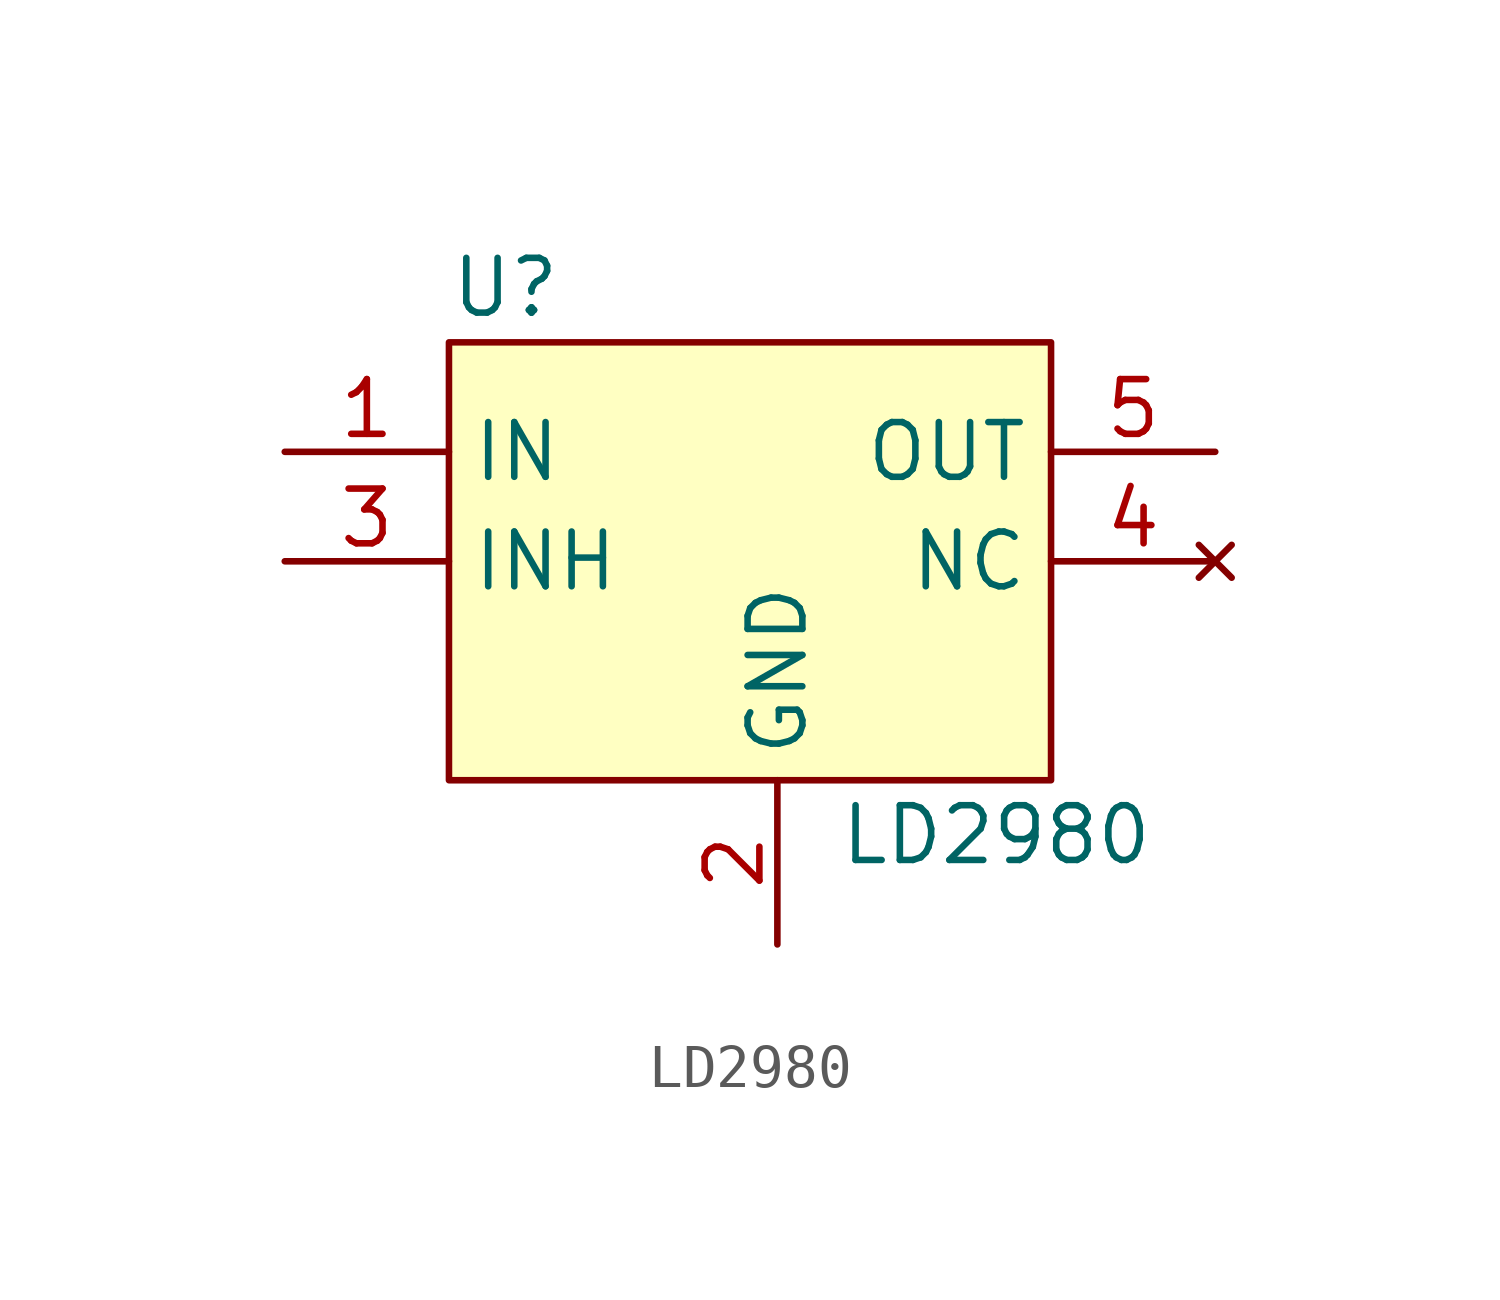
<source format=kicad_sym>
(kicad_symbol_lib
  (version 20211014)
  (generator kicad_symbol_editor)
  (symbol "LD2980"
    (property "Reference" "U"
      (at 0 1.27 0)
      (effects (font (size 1.27 1.27)) (justify left)))
    (property "Value" "LD2980"
      (at 12.7 -11.43 0)
      (effects (font (size 1.27 1.27))))
    (symbol "LD2980_0_1"
      (rectangle (start 0 0) (end 13.97 -10.16) (stroke (width 0) (type default) (color 0 0 0 0)) (fill (type background))))
    (symbol "LD2980_1_1"
      (pin power_in line (at -3.81 -2.54 0) (length 3.81) (name "IN" (effects (font (size 1.27 1.27)))) (number "1" (effects (font (size 1.27 1.27)))))
      (pin power_in line (at 7.62 -13.97 90) (length 3.81) (name "GND" (effects (font (size 1.27 1.27)))) (number "2" (effects (font (size 1.27 1.27)))))
      (pin input line (at -3.81 -5.08 0) (length 3.81) (name "INH" (effects (font (size 1.27 1.27)))) (number "3" (effects (font (size 1.27 1.27)))))
      (pin no_connect line (at 17.78 -5.08 180) (length 3.81) (name "NC" (effects (font (size 1.27 1.27)))) (number "4" (effects (font (size 1.27 1.27)))))
      (pin power_out line (at 17.78 -2.54 180) (length 3.81) (name "OUT" (effects (font (size 1.27 1.27)))) (number "5" (effects (font (size 1.27 1.27))))))))
</source>
